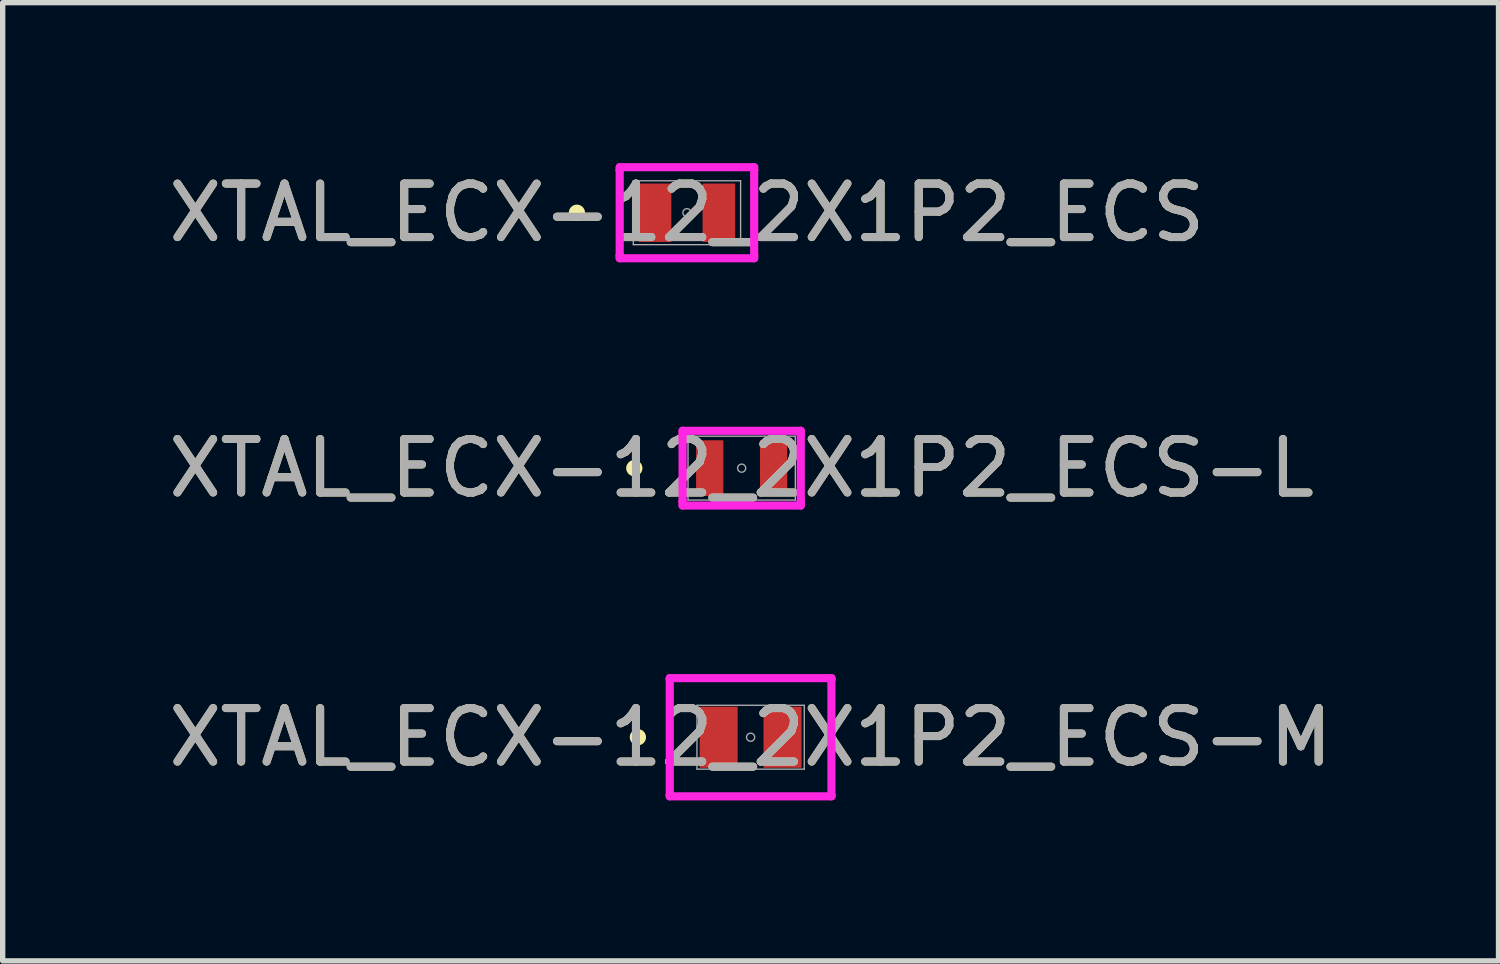
<source format=kicad_pcb>
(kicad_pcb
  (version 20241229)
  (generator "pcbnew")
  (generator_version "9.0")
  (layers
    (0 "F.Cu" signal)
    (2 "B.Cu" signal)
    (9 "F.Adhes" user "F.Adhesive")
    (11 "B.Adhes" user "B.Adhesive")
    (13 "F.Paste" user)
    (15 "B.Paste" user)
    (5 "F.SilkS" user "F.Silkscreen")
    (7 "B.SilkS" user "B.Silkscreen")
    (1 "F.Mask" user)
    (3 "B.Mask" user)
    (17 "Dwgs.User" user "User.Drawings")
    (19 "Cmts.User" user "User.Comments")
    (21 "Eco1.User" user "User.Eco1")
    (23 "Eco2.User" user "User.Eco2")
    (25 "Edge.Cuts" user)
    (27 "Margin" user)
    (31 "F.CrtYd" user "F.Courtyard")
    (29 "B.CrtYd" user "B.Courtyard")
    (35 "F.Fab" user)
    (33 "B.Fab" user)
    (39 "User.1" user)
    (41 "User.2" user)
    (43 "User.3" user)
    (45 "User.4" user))
  (footprint "XTAL_ECX-12_2X1P2_ECS"
    (layer "F.Cu")
    (at 9.792 0.927)
    (property "Reference" "XTAL_ECX-12_2X1P2_ECS" (at 0 0 0) (unlocked yes) (layer "F.SilkS") (effects (font (size 1 1) (thickness 0.15))))
    (attr smd)
    (fp_circle (center -2.057 0) (end -1.981 0) (stroke (width 0.152) (type solid)) (fill no) (layer "F.SilkS"))
    (fp_line (start -1.257 -0.851) (end 1.257 -0.851) (stroke (width 0.152) (type solid)) (layer "F.CrtYd"))
    (fp_line (start -1.257 -0.8) (end -1.257 -0.851) (stroke (width 0.152) (type solid)) (layer "F.CrtYd"))
    (fp_line (start -1.257 -0.8) (end -1.257 -0.8) (stroke (width 0.152) (type solid)) (layer "F.CrtYd"))
    (fp_line (start -1.257 0.8) (end -1.257 -0.8) (stroke (width 0.152) (type solid)) (layer "F.CrtYd"))
    (fp_line (start -1.257 0.8) (end -1.257 0.8) (stroke (width 0.152) (type solid)) (layer "F.CrtYd"))
    (fp_line (start -1.257 0.851) (end -1.257 0.8) (stroke (width 0.152) (type solid)) (layer "F.CrtYd"))
    (fp_line (start 1.257 -0.851) (end 1.257 -0.8) (stroke (width 0.152) (type solid)) (layer "F.CrtYd"))
    (fp_line (start 1.257 -0.8) (end 1.257 -0.8) (stroke (width 0.152) (type solid)) (layer "F.CrtYd"))
    (fp_line (start 1.257 -0.8) (end 1.257 0.8) (stroke (width 0.152) (type solid)) (layer "F.CrtYd"))
    (fp_line (start 1.257 0.8) (end 1.257 0.8) (stroke (width 0.152) (type solid)) (layer "F.CrtYd"))
    (fp_line (start 1.257 0.8) (end 1.257 0.851) (stroke (width 0.152) (type solid)) (layer "F.CrtYd"))
    (fp_line (start 1.257 0.851) (end -1.257 0.851) (stroke (width 0.152) (type solid)) (layer "F.CrtYd"))
    (fp_line (start -1.003 -0.597) (end -1.003 0.597) (stroke (width 0.025) (type solid)) (layer "F.Fab"))
    (fp_line (start -1.003 0.597) (end 1.003 0.597) (stroke (width 0.025) (type solid)) (layer "F.Fab"))
    (fp_line (start 1.003 -0.597) (end -1.003 -0.597) (stroke (width 0.025) (type solid)) (layer "F.Fab"))
    (fp_line (start 1.003 0.597) (end 1.003 -0.597) (stroke (width 0.025) (type solid)) (layer "F.Fab"))
    (fp_circle (center 0 0) (end 0.076 0) (stroke (width 0.025) (type solid)) (fill no) (layer "F.Fab"))
    (fp_text user "${REFERENCE}" (at 0 0 0) (unlocked yes) (layer "F.Fab") (effects (font (size 1 1) (thickness 0.15))))
    (pad "1" smd rect (at -0.597 0) (size 0.61 1.092) (layers "F.Cu" "F.Mask" "F.Paste"))
    (pad "2" smd rect (at 0.597 0) (size 0.61 1.092) (layers "F.Cu" "F.Mask" "F.Paste")))
  (footprint "XTAL_ECX-12_2X1P2_ECS-M"
    (layer "F.Cu")
    (at 10.982 10.732)
    (property "Reference" "XTAL_ECX-12_2X1P2_ECS-M" (at 0 0 0) (unlocked yes) (layer "F.SilkS") (effects (font (size 1 1) (thickness 0.15))))
    (attr smd)
    (fp_circle (center -2.107 0) (end -2.031 0) (stroke (width 0.152) (type solid)) (fill no) (layer "F.SilkS"))
    (fp_line (start -1.511 -1.105) (end 1.511 -1.105) (stroke (width 0.152) (type solid)) (layer "F.CrtYd"))
    (fp_line (start -1.511 -1.079) (end -1.511 -1.105) (stroke (width 0.152) (type solid)) (layer "F.CrtYd"))
    (fp_line (start -1.511 -1.079) (end -1.511 -1.079) (stroke (width 0.152) (type solid)) (layer "F.CrtYd"))
    (fp_line (start -1.511 1.079) (end -1.511 -1.079) (stroke (width 0.152) (type solid)) (layer "F.CrtYd"))
    (fp_line (start -1.511 1.079) (end -1.511 1.079) (stroke (width 0.152) (type solid)) (layer "F.CrtYd"))
    (fp_line (start -1.511 1.105) (end -1.511 1.079) (stroke (width 0.152) (type solid)) (layer "F.CrtYd"))
    (fp_line (start 1.511 -1.105) (end 1.511 -1.079) (stroke (width 0.152) (type solid)) (layer "F.CrtYd"))
    (fp_line (start 1.511 -1.079) (end 1.511 -1.079) (stroke (width 0.152) (type solid)) (layer "F.CrtYd"))
    (fp_line (start 1.511 -1.079) (end 1.511 1.079) (stroke (width 0.152) (type solid)) (layer "F.CrtYd"))
    (fp_line (start 1.511 1.079) (end 1.511 1.079) (stroke (width 0.152) (type solid)) (layer "F.CrtYd"))
    (fp_line (start 1.511 1.079) (end 1.511 1.105) (stroke (width 0.152) (type solid)) (layer "F.CrtYd"))
    (fp_line (start 1.511 1.105) (end -1.511 1.105) (stroke (width 0.152) (type solid)) (layer "F.CrtYd"))
    (fp_line (start -1.003 -0.597) (end -1.003 0.597) (stroke (width 0.025) (type solid)) (layer "F.Fab"))
    (fp_line (start -1.003 0.597) (end 1.003 0.597) (stroke (width 0.025) (type solid)) (layer "F.Fab"))
    (fp_line (start 1.003 -0.597) (end -1.003 -0.597) (stroke (width 0.025) (type solid)) (layer "F.Fab"))
    (fp_line (start 1.003 0.597) (end 1.003 -0.597) (stroke (width 0.025) (type solid)) (layer "F.Fab"))
    (fp_circle (center 0 0) (end 0.076 0) (stroke (width 0.025) (type solid)) (fill no) (layer "F.Fab"))
    (fp_text user "${REFERENCE}" (at 0 0 0) (unlocked yes) (layer "F.Fab") (effects (font (size 1 1) (thickness 0.15))))
    (pad "1" smd rect (at -0.597 0) (size 0.71 1.142) (layers "F.Cu" "F.Mask" "F.Paste"))
    (pad "2" smd rect (at 0.597 0) (size 0.71 1.142) (layers "F.Cu" "F.Mask" "F.Paste")))
  (footprint "XTAL_ECX-12_2X1P2_ECS-L"
    (layer "F.Cu")
    (at 10.815 5.702)
    (property "Reference" "XTAL_ECX-12_2X1P2_ECS-L" (at 0 0 0) (unlocked yes) (layer "F.SilkS") (effects (font (size 1 1) (thickness 0.15))))
    (attr smd)
    (fp_circle (center -2.007 0) (end -1.931 0) (stroke (width 0.152) (type solid)) (fill no) (layer "F.SilkS"))
    (fp_line (start -1.105 -0.699) (end 1.105 -0.699) (stroke (width 0.152) (type solid)) (layer "F.CrtYd"))
    (fp_line (start -1.105 -0.623) (end -1.105 -0.699) (stroke (width 0.152) (type solid)) (layer "F.CrtYd"))
    (fp_line (start -1.105 -0.623) (end -1.105 -0.623) (stroke (width 0.152) (type solid)) (layer "F.CrtYd"))
    (fp_line (start -1.105 0.623) (end -1.105 -0.623) (stroke (width 0.152) (type solid)) (layer "F.CrtYd"))
    (fp_line (start -1.105 0.623) (end -1.105 0.623) (stroke (width 0.152) (type solid)) (layer "F.CrtYd"))
    (fp_line (start -1.105 0.699) (end -1.105 0.623) (stroke (width 0.152) (type solid)) (layer "F.CrtYd"))
    (fp_line (start 1.105 -0.699) (end 1.105 -0.623) (stroke (width 0.152) (type solid)) (layer "F.CrtYd"))
    (fp_line (start 1.105 -0.623) (end 1.105 -0.623) (stroke (width 0.152) (type solid)) (layer "F.CrtYd"))
    (fp_line (start 1.105 -0.623) (end 1.105 0.623) (stroke (width 0.152) (type solid)) (layer "F.CrtYd"))
    (fp_line (start 1.105 0.623) (end 1.105 0.623) (stroke (width 0.152) (type solid)) (layer "F.CrtYd"))
    (fp_line (start 1.105 0.623) (end 1.105 0.699) (stroke (width 0.152) (type solid)) (layer "F.CrtYd"))
    (fp_line (start 1.105 0.699) (end -1.105 0.699) (stroke (width 0.152) (type solid)) (layer "F.CrtYd"))
    (fp_line (start -1.003 -0.597) (end -1.003 0.597) (stroke (width 0.025) (type solid)) (layer "F.Fab"))
    (fp_line (start -1.003 0.597) (end 1.003 0.597) (stroke (width 0.025) (type solid)) (layer "F.Fab"))
    (fp_line (start 1.003 -0.597) (end -1.003 -0.597) (stroke (width 0.025) (type solid)) (layer "F.Fab"))
    (fp_line (start 1.003 0.597) (end 1.003 -0.597) (stroke (width 0.025) (type solid)) (layer "F.Fab"))
    (fp_circle (center 0 0) (end 0.076 0) (stroke (width 0.025) (type solid)) (fill no) (layer "F.Fab"))
    (fp_text user "${REFERENCE}" (at 0 0 0) (unlocked yes) (layer "F.Fab") (effects (font (size 1 1) (thickness 0.15))))
    (pad "1" smd rect (at -0.597 0) (size 0.51 1.042) (layers "F.Cu" "F.Mask" "F.Paste"))
    (pad "2" smd rect (at 0.597 0) (size 0.51 1.042) (layers "F.Cu" "F.Mask" "F.Paste")))
  (gr_rect
    (start -3 -3)
    (end 24.964 14.913)
    (stroke (width 0.1) (type default))
    (fill no)
    (layer "Edge.Cuts")))
</source>
